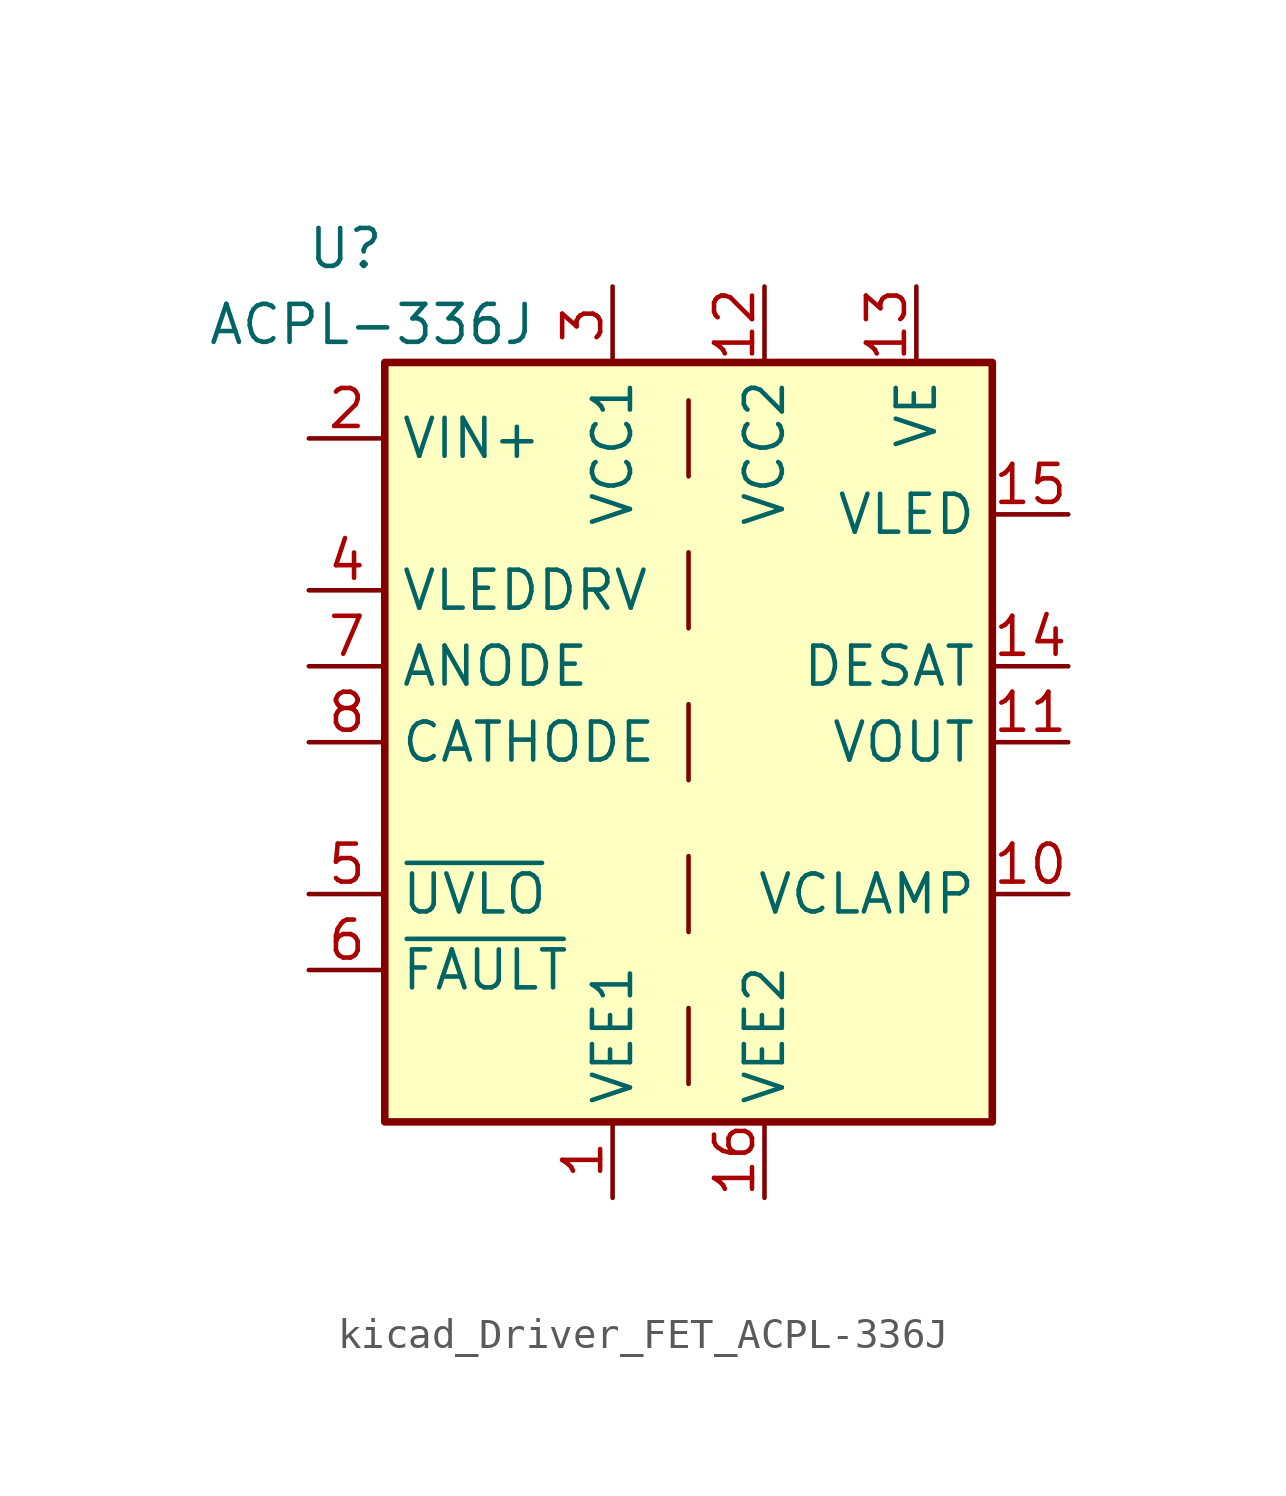
<source format=kicad_sym>
(kicad_symbol_lib
  (version 20220914)
  (generator kicad_symbol_editor)
  (symbol "kicad_Driver_FET_ACPL-336J"
    (property "Reference" "U"
      (at -10.16 16.51 0)
      (effects (font (size 1.27 1.27)) (justify right)))
    (property "Value" "ACPL-336J"
      (at -5.08 13.97 0)
      (effects (font (size 1.27 1.27)) (justify right)))
    (symbol "kicad_Driver_FET_ACPL-336J_0_1"
      (rectangle (start -10.16 12.7) (end 10.16 -12.7) (stroke (width 0.254) (type default)) (fill (type background)))
      (polyline (pts (xy 0 -11.43) (xy 0 -8.89)) (stroke (width 0) (type default)) (fill (type none)))
      (polyline (pts (xy 0 -6.35) (xy 0 -3.81)) (stroke (width 0) (type default)) (fill (type none)))
      (polyline (pts (xy 0 -1.27) (xy 0 1.27)) (stroke (width 0) (type default)) (fill (type none)))
      (polyline (pts (xy 0 3.81) (xy 0 6.35)) (stroke (width 0) (type default)) (fill (type none)))
      (polyline (pts (xy 0 8.89) (xy 0 11.43)) (stroke (width 0) (type default)) (fill (type none))))
    (symbol "kicad_Driver_FET_ACPL-336J_1_1"
      (pin power_in line (at -2.54 -15.24 90) (length 2.54) (name "VEE1" (effects (font (size 1.27 1.27)))) (number "1" (effects (font (size 1.27 1.27)))))
      (pin bidirectional line (at 12.7 -5.08 180) (length 2.54) (name "VCLAMP" (effects (font (size 1.27 1.27)))) (number "10" (effects (font (size 1.27 1.27)))))
      (pin output line (at 12.7 0 180) (length 2.54) (name "VOUT" (effects (font (size 1.27 1.27)))) (number "11" (effects (font (size 1.27 1.27)))))
      (pin power_in line (at 2.54 15.24 270) (length 2.54) (name "VCC2" (effects (font (size 1.27 1.27)))) (number "12" (effects (font (size 1.27 1.27)))))
      (pin power_in line (at 7.62 15.24 270) (length 2.54) (name "VE" (effects (font (size 1.27 1.27)))) (number "13" (effects (font (size 1.27 1.27)))))
      (pin bidirectional line (at 12.7 2.54 180) (length 2.54) (name "DESAT" (effects (font (size 1.27 1.27)))) (number "14" (effects (font (size 1.27 1.27)))))
      (pin output line (at 12.7 7.62 180) (length 2.54) (name "VLED" (effects (font (size 1.27 1.27)))) (number "15" (effects (font (size 1.27 1.27)))))
      (pin power_in line (at 2.54 -15.24 90) (length 2.54) (name "VEE2" (effects (font (size 1.27 1.27)))) (number "16" (effects (font (size 1.27 1.27)))))
      (pin input line (at -12.7 10.16 0) (length 2.54) (name "VIN+" (effects (font (size 1.27 1.27)))) (number "2" (effects (font (size 1.27 1.27)))))
      (pin power_in line (at -2.54 15.24 270) (length 2.54) (name "VCC1" (effects (font (size 1.27 1.27)))) (number "3" (effects (font (size 1.27 1.27)))))
      (pin output line (at -12.7 5.08 0) (length 2.54) (name "VLEDDRV" (effects (font (size 1.27 1.27)))) (number "4" (effects (font (size 1.27 1.27)))))
      (pin open_collector line (at -12.7 -5.08 0) (length 2.54) (name "~{UVLO}" (effects (font (size 1.27 1.27)))) (number "5" (effects (font (size 1.27 1.27)))))
      (pin open_collector line (at -12.7 -7.62 0) (length 2.54) (name "~{FAULT}" (effects (font (size 1.27 1.27)))) (number "6" (effects (font (size 1.27 1.27)))))
      (pin passive line (at -12.7 2.54 0) (length 2.54) (name "ANODE" (effects (font (size 1.27 1.27)))) (number "7" (effects (font (size 1.27 1.27)))))
      (pin passive line (at -12.7 0 0) (length 2.54) (name "CATHODE" (effects (font (size 1.27 1.27)))) (number "8" (effects (font (size 1.27 1.27)))))
      (pin passive line (at 2.54 -15.24 90) (length 2.54) hide (name "VEE2" (effects (font (size 1.27 1.27)))) (number "9" (effects (font (size 1.27 1.27))))))))
</source>
